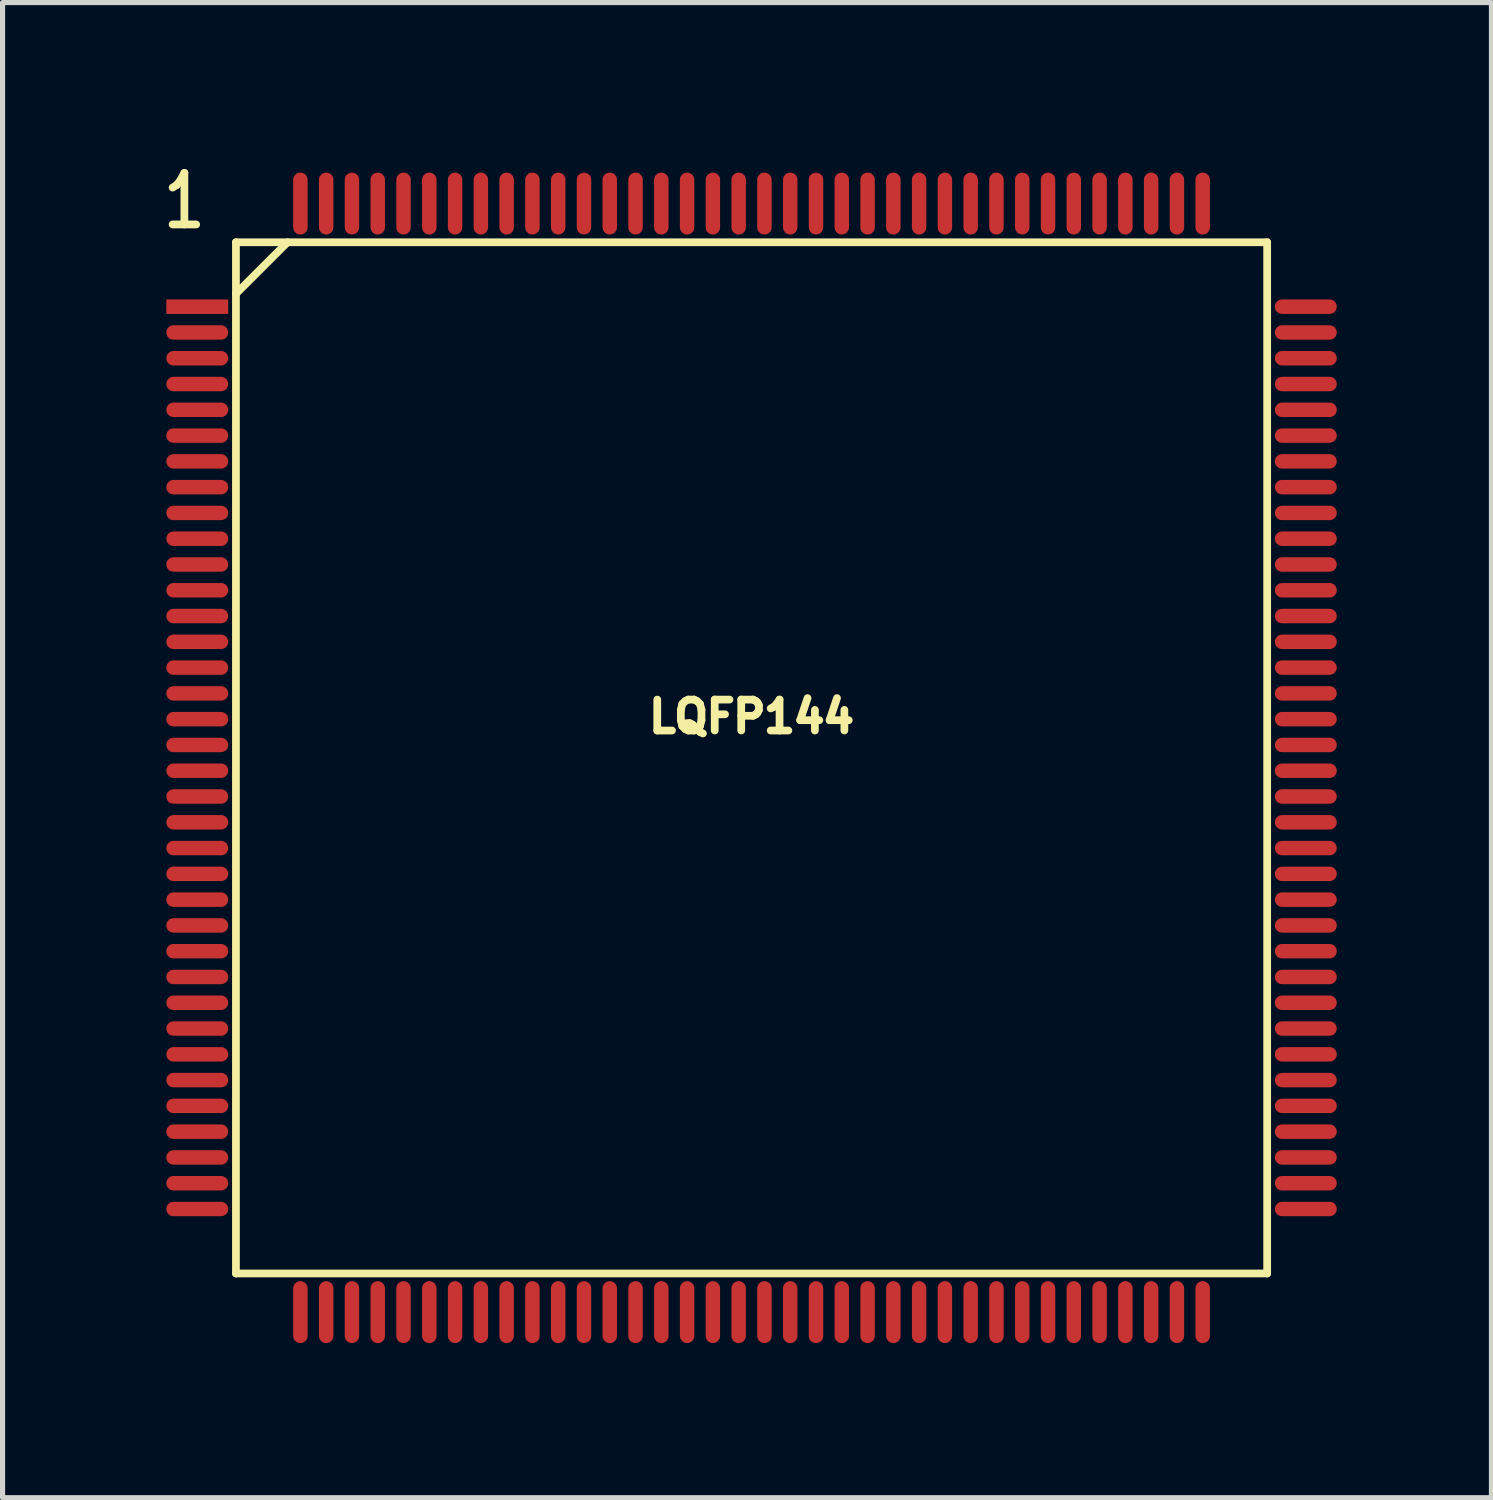
<source format=kicad_pcb>
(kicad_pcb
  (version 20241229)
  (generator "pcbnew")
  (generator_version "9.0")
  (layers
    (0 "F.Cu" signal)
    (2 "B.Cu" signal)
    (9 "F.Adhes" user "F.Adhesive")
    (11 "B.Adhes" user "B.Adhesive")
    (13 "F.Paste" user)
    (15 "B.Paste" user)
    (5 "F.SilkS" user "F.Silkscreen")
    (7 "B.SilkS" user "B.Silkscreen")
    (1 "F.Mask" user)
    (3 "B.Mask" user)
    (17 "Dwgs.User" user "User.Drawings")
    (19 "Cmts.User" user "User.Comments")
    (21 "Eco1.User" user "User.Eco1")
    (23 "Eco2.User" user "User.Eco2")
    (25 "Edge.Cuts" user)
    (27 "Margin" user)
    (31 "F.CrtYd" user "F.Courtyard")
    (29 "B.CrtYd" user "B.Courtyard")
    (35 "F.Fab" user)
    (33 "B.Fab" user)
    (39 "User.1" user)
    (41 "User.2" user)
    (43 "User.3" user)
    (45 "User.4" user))
  (footprint "LQFP144"
    (layer "F.Cu")
    (at 11.526 11.648)
    (property "Reference" "LQFP144" (at 0 -0.8 0) (layer "F.SilkS") (effects (font (size 0.6 0.6) (thickness 0.15))))
    (attr smd)
    (fp_line (start -10 -10) (end 10 -10) (stroke (width 0.15) (type solid)) (layer "F.SilkS"))
    (fp_line (start -10 10) (end -10 -10) (stroke (width 0.15) (type solid)) (layer "F.SilkS"))
    (fp_line (start -9 -10) (end -10 -9) (stroke (width 0.15) (type solid)) (layer "F.SilkS"))
    (fp_line (start 10 -10) (end 10 10) (stroke (width 0.15) (type solid)) (layer "F.SilkS"))
    (fp_line (start 10 10) (end -10 10) (stroke (width 0.15) (type solid)) (layer "F.SilkS"))
    (fp_text user "1" (at -11 -10.8 0) (layer "F.SilkS") (effects (font (size 1 0.8) (thickness 0.15))))
    (pad "1" smd rect (at -10.75 -8.75) (size 1.2 0.28) (layers "F.Cu" "F.Mask" "F.Paste"))
    (pad "2" smd oval (at -10.75 -8.25) (size 1.2 0.28) (layers "F.Cu" "F.Mask" "F.Paste"))
    (pad "3" smd oval (at -10.75 -7.75) (size 1.2 0.28) (layers "F.Cu" "F.Mask" "F.Paste"))
    (pad "4" smd oval (at -10.75 -7.25) (size 1.2 0.28) (layers "F.Cu" "F.Mask" "F.Paste"))
    (pad "5" smd oval (at -10.75 -6.75) (size 1.2 0.28) (layers "F.Cu" "F.Mask" "F.Paste"))
    (pad "6" smd oval (at -10.75 -6.25) (size 1.2 0.28) (layers "F.Cu" "F.Mask" "F.Paste"))
    (pad "7" smd oval (at -10.75 -5.75) (size 1.2 0.28) (layers "F.Cu" "F.Mask" "F.Paste"))
    (pad "8" smd oval (at -10.75 -5.25) (size 1.2 0.28) (layers "F.Cu" "F.Mask" "F.Paste"))
    (pad "9" smd oval (at -10.75 -4.75) (size 1.2 0.28) (layers "F.Cu" "F.Mask" "F.Paste"))
    (pad "10" smd oval (at -10.75 -4.25) (size 1.2 0.28) (layers "F.Cu" "F.Mask" "F.Paste"))
    (pad "11" smd oval (at -10.75 -3.75) (size 1.2 0.28) (layers "F.Cu" "F.Mask" "F.Paste"))
    (pad "12" smd oval (at -10.75 -3.25) (size 1.2 0.28) (layers "F.Cu" "F.Mask" "F.Paste"))
    (pad "13" smd oval (at -10.75 -2.75) (size 1.2 0.28) (layers "F.Cu" "F.Mask" "F.Paste"))
    (pad "14" smd oval (at -10.75 -2.25) (size 1.2 0.28) (layers "F.Cu" "F.Mask" "F.Paste"))
    (pad "15" smd oval (at -10.75 -1.75) (size 1.2 0.28) (layers "F.Cu" "F.Mask" "F.Paste"))
    (pad "16" smd oval (at -10.75 -1.25) (size 1.2 0.28) (layers "F.Cu" "F.Mask" "F.Paste"))
    (pad "17" smd oval (at -10.75 -0.75) (size 1.2 0.28) (layers "F.Cu" "F.Mask" "F.Paste"))
    (pad "18" smd oval (at -10.75 -0.25) (size 1.2 0.28) (layers "F.Cu" "F.Mask" "F.Paste"))
    (pad "19" smd oval (at -10.75 0.25) (size 1.2 0.28) (layers "F.Cu" "F.Mask" "F.Paste"))
    (pad "20" smd oval (at -10.75 0.75) (size 1.2 0.28) (layers "F.Cu" "F.Mask" "F.Paste"))
    (pad "21" smd oval (at -10.75 1.25) (size 1.2 0.28) (layers "F.Cu" "F.Mask" "F.Paste"))
    (pad "22" smd oval (at -10.75 1.75) (size 1.2 0.28) (layers "F.Cu" "F.Mask" "F.Paste"))
    (pad "23" smd oval (at -10.75 2.25) (size 1.2 0.28) (layers "F.Cu" "F.Mask" "F.Paste"))
    (pad "24" smd oval (at -10.75 2.75) (size 1.2 0.28) (layers "F.Cu" "F.Mask" "F.Paste"))
    (pad "25" smd oval (at -10.75 3.25) (size 1.2 0.28) (layers "F.Cu" "F.Mask" "F.Paste"))
    (pad "26" smd oval (at -10.75 3.75) (size 1.2 0.28) (layers "F.Cu" "F.Mask" "F.Paste"))
    (pad "27" smd oval (at -10.75 4.25) (size 1.2 0.28) (layers "F.Cu" "F.Mask" "F.Paste"))
    (pad "28" smd oval (at -10.75 4.75) (size 1.2 0.28) (layers "F.Cu" "F.Mask" "F.Paste"))
    (pad "29" smd oval (at -10.75 5.25) (size 1.2 0.28) (layers "F.Cu" "F.Mask" "F.Paste"))
    (pad "30" smd oval (at -10.75 5.75) (size 1.2 0.28) (layers "F.Cu" "F.Mask" "F.Paste"))
    (pad "31" smd oval (at -10.75 6.25) (size 1.2 0.28) (layers "F.Cu" "F.Mask" "F.Paste"))
    (pad "32" smd oval (at -10.75 6.75) (size 1.2 0.28) (layers "F.Cu" "F.Mask" "F.Paste"))
    (pad "33" smd oval (at -10.75 7.25) (size 1.2 0.28) (layers "F.Cu" "F.Mask" "F.Paste"))
    (pad "34" smd oval (at -10.75 7.75) (size 1.2 0.28) (layers "F.Cu" "F.Mask" "F.Paste"))
    (pad "35" smd oval (at -10.75 8.25) (size 1.2 0.28) (layers "F.Cu" "F.Mask" "F.Paste"))
    (pad "36" smd oval (at -10.75 8.75) (size 1.2 0.28) (layers "F.Cu" "F.Mask" "F.Paste"))
    (pad "37" smd oval (at -8.75 10.75 90) (size 1.2 0.28) (layers "F.Cu" "F.Mask" "F.Paste"))
    (pad "38" smd oval (at -8.25 10.75 90) (size 1.2 0.28) (layers "F.Cu" "F.Mask" "F.Paste"))
    (pad "39" smd oval (at -7.75 10.75 90) (size 1.2 0.28) (layers "F.Cu" "F.Mask" "F.Paste"))
    (pad "40" smd oval (at -7.25 10.75 90) (size 1.2 0.28) (layers "F.Cu" "F.Mask" "F.Paste"))
    (pad "41" smd oval (at -6.75 10.75 90) (size 1.2 0.28) (layers "F.Cu" "F.Mask" "F.Paste"))
    (pad "42" smd oval (at -6.25 10.75 90) (size 1.2 0.28) (layers "F.Cu" "F.Mask" "F.Paste"))
    (pad "43" smd oval (at -5.75 10.75 90) (size 1.2 0.28) (layers "F.Cu" "F.Mask" "F.Paste"))
    (pad "44" smd oval (at -5.25 10.75 90) (size 1.2 0.28) (layers "F.Cu" "F.Mask" "F.Paste"))
    (pad "45" smd oval (at -4.75 10.75 90) (size 1.2 0.28) (layers "F.Cu" "F.Mask" "F.Paste"))
    (pad "46" smd oval (at -4.25 10.75 90) (size 1.2 0.28) (layers "F.Cu" "F.Mask" "F.Paste"))
    (pad "47" smd oval (at -3.75 10.75 90) (size 1.2 0.28) (layers "F.Cu" "F.Mask" "F.Paste"))
    (pad "48" smd oval (at -3.25 10.75 90) (size 1.2 0.28) (layers "F.Cu" "F.Mask" "F.Paste"))
    (pad "49" smd oval (at -2.75 10.75 90) (size 1.2 0.28) (layers "F.Cu" "F.Mask" "F.Paste"))
    (pad "50" smd oval (at -2.25 10.75 90) (size 1.2 0.28) (layers "F.Cu" "F.Mask" "F.Paste"))
    (pad "51" smd oval (at -1.75 10.75 270) (size 1.2 0.28) (layers "F.Cu" "F.Mask" "F.Paste"))
    (pad "52" smd oval (at -1.25 10.75 270) (size 1.2 0.28) (layers "F.Cu" "F.Mask" "F.Paste"))
    (pad "53" smd oval (at -0.75 10.75 270) (size 1.2 0.28) (layers "F.Cu" "F.Mask" "F.Paste"))
    (pad "54" smd oval (at -0.25 10.75 270) (size 1.2 0.28) (layers "F.Cu" "F.Mask" "F.Paste"))
    (pad "55" smd oval (at 0.25 10.75 270) (size 1.2 0.28) (layers "F.Cu" "F.Mask" "F.Paste"))
    (pad "56" smd oval (at 0.75 10.75 270) (size 1.2 0.28) (layers "F.Cu" "F.Mask" "F.Paste"))
    (pad "57" smd oval (at 1.25 10.75 270) (size 1.2 0.28) (layers "F.Cu" "F.Mask" "F.Paste"))
    (pad "58" smd oval (at 1.75 10.75 270) (size 1.2 0.28) (layers "F.Cu" "F.Mask" "F.Paste"))
    (pad "59" smd oval (at 2.25 10.75 270) (size 1.2 0.28) (layers "F.Cu" "F.Mask" "F.Paste"))
    (pad "60" smd oval (at 2.75 10.75 270) (size 1.2 0.28) (layers "F.Cu" "F.Mask" "F.Paste"))
    (pad "61" smd oval (at 3.25 10.75 270) (size 1.2 0.28) (layers "F.Cu" "F.Mask" "F.Paste"))
    (pad "62" smd oval (at 3.75 10.75 270) (size 1.2 0.28) (layers "F.Cu" "F.Mask" "F.Paste"))
    (pad "63" smd oval (at 4.25 10.75 270) (size 1.2 0.28) (layers "F.Cu" "F.Mask" "F.Paste"))
    (pad "64" smd oval (at 4.75 10.75 270) (size 1.2 0.28) (layers "F.Cu" "F.Mask" "F.Paste"))
    (pad "65" smd oval (at 5.25 10.75 270) (size 1.2 0.28) (layers "F.Cu" "F.Mask" "F.Paste"))
    (pad "66" smd oval (at 5.75 10.75 270) (size 1.2 0.28) (layers "F.Cu" "F.Mask" "F.Paste"))
    (pad "67" smd oval (at 6.25 10.75 270) (size 1.2 0.28) (layers "F.Cu" "F.Mask" "F.Paste"))
    (pad "68" smd oval (at 6.75 10.75 270) (size 1.2 0.28) (layers "F.Cu" "F.Mask" "F.Paste"))
    (pad "69" smd oval (at 7.25 10.75 270) (size 1.2 0.28) (layers "F.Cu" "F.Mask" "F.Paste"))
    (pad "70" smd oval (at 7.75 10.75 270) (size 1.2 0.28) (layers "F.Cu" "F.Mask" "F.Paste"))
    (pad "71" smd oval (at 8.25 10.75 270) (size 1.2 0.28) (layers "F.Cu" "F.Mask" "F.Paste"))
    (pad "72" smd oval (at 8.75 10.75 270) (size 1.2 0.28) (layers "F.Cu" "F.Mask" "F.Paste"))
    (pad "73" smd oval (at 10.75 8.75) (size 1.2 0.28) (layers "F.Cu" "F.Mask" "F.Paste"))
    (pad "74" smd oval (at 10.75 8.25) (size 1.2 0.28) (layers "F.Cu" "F.Mask" "F.Paste"))
    (pad "75" smd oval (at 10.75 7.75) (size 1.2 0.28) (layers "F.Cu" "F.Mask" "F.Paste"))
    (pad "76" smd oval (at 10.75 7.25) (size 1.2 0.28) (layers "F.Cu" "F.Mask" "F.Paste"))
    (pad "77" smd oval (at 10.75 6.75) (size 1.2 0.28) (layers "F.Cu" "F.Mask" "F.Paste"))
    (pad "78" smd oval (at 10.75 6.25) (size 1.2 0.28) (layers "F.Cu" "F.Mask" "F.Paste"))
    (pad "79" smd oval (at 10.75 5.75) (size 1.2 0.28) (layers "F.Cu" "F.Mask" "F.Paste"))
    (pad "80" smd oval (at 10.75 5.25) (size 1.2 0.28) (layers "F.Cu" "F.Mask" "F.Paste"))
    (pad "81" smd oval (at 10.75 4.75) (size 1.2 0.28) (layers "F.Cu" "F.Mask" "F.Paste"))
    (pad "82" smd oval (at 10.75 4.25) (size 1.2 0.28) (layers "F.Cu" "F.Mask" "F.Paste"))
    (pad "83" smd oval (at 10.75 3.75) (size 1.2 0.28) (layers "F.Cu" "F.Mask" "F.Paste"))
    (pad "84" smd oval (at 10.75 3.25) (size 1.2 0.28) (layers "F.Cu" "F.Mask" "F.Paste"))
    (pad "85" smd oval (at 10.75 2.75) (size 1.2 0.28) (layers "F.Cu" "F.Mask" "F.Paste"))
    (pad "86" smd oval (at 10.75 2.25) (size 1.2 0.28) (layers "F.Cu" "F.Mask" "F.Paste"))
    (pad "87" smd oval (at 10.75 1.75) (size 1.2 0.28) (layers "F.Cu" "F.Mask" "F.Paste"))
    (pad "88" smd oval (at 10.75 1.25) (size 1.2 0.28) (layers "F.Cu" "F.Mask" "F.Paste"))
    (pad "89" smd oval (at 10.75 0.75) (size 1.2 0.28) (layers "F.Cu" "F.Mask" "F.Paste"))
    (pad "90" smd oval (at 10.75 0.25) (size 1.2 0.28) (layers "F.Cu" "F.Mask" "F.Paste"))
    (pad "91" smd oval (at 10.75 -0.25) (size 1.2 0.28) (layers "F.Cu" "F.Mask" "F.Paste"))
    (pad "92" smd oval (at 10.75 -0.75) (size 1.2 0.28) (layers "F.Cu" "F.Mask" "F.Paste"))
    (pad "93" smd oval (at 10.75 -1.25) (size 1.2 0.28) (layers "F.Cu" "F.Mask" "F.Paste"))
    (pad "94" smd oval (at 10.75 -1.75) (size 1.2 0.28) (layers "F.Cu" "F.Mask" "F.Paste"))
    (pad "95" smd oval (at 10.75 -2.25) (size 1.2 0.28) (layers "F.Cu" "F.Mask" "F.Paste"))
    (pad "96" smd oval (at 10.75 -2.75) (size 1.2 0.28) (layers "F.Cu" "F.Mask" "F.Paste"))
    (pad "97" smd oval (at 10.75 -3.25) (size 1.2 0.28) (layers "F.Cu" "F.Mask" "F.Paste"))
    (pad "98" smd oval (at 10.75 -3.75) (size 1.2 0.28) (layers "F.Cu" "F.Mask" "F.Paste"))
    (pad "99" smd oval (at 10.75 -4.25) (size 1.2 0.28) (layers "F.Cu" "F.Mask" "F.Paste"))
    (pad "100" smd oval (at 10.75 -4.75) (size 1.2 0.28) (layers "F.Cu" "F.Mask" "F.Paste"))
    (pad "101" smd oval (at 10.75 -5.25) (size 1.2 0.28) (layers "F.Cu" "F.Mask" "F.Paste"))
    (pad "102" smd oval (at 10.75 -5.75) (size 1.2 0.28) (layers "F.Cu" "F.Mask" "F.Paste"))
    (pad "103" smd oval (at 10.75 -6.25) (size 1.2 0.28) (layers "F.Cu" "F.Mask" "F.Paste"))
    (pad "104" smd oval (at 10.75 -6.75) (size 1.2 0.28) (layers "F.Cu" "F.Mask" "F.Paste"))
    (pad "105" smd oval (at 10.75 -7.25) (size 1.2 0.28) (layers "F.Cu" "F.Mask" "F.Paste"))
    (pad "106" smd oval (at 10.75 -7.75) (size 1.2 0.28) (layers "F.Cu" "F.Mask" "F.Paste"))
    (pad "107" smd oval (at 10.75 -8.25) (size 1.2 0.28) (layers "F.Cu" "F.Mask" "F.Paste"))
    (pad "108" smd oval (at 10.75 -8.75) (size 1.2 0.28) (layers "F.Cu" "F.Mask" "F.Paste"))
    (pad "109" smd oval (at 8.75 -10.75 270) (size 1.2 0.28) (layers "F.Cu" "F.Mask" "F.Paste"))
    (pad "110" smd oval (at 8.25 -10.75 270) (size 1.2 0.28) (layers "F.Cu" "F.Mask" "F.Paste"))
    (pad "111" smd oval (at 7.75 -10.75 270) (size 1.2 0.28) (layers "F.Cu" "F.Mask" "F.Paste"))
    (pad "112" smd oval (at 7.25 -10.75 270) (size 1.2 0.28) (layers "F.Cu" "F.Mask" "F.Paste"))
    (pad "113" smd oval (at 6.75 -10.75 270) (size 1.2 0.28) (layers "F.Cu" "F.Mask" "F.Paste"))
    (pad "114" smd oval (at 6.25 -10.75 270) (size 1.2 0.28) (layers "F.Cu" "F.Mask" "F.Paste"))
    (pad "115" smd oval (at 5.75 -10.75 270) (size 1.2 0.28) (layers "F.Cu" "F.Mask" "F.Paste"))
    (pad "116" smd oval (at 5.25 -10.75 270) (size 1.2 0.28) (layers "F.Cu" "F.Mask" "F.Paste"))
    (pad "117" smd oval (at 4.75 -10.75 270) (size 1.2 0.28) (layers "F.Cu" "F.Mask" "F.Paste"))
    (pad "118" smd oval (at 4.25 -10.75 270) (size 1.2 0.28) (layers "F.Cu" "F.Mask" "F.Paste"))
    (pad "119" smd oval (at 3.75 -10.75 270) (size 1.2 0.28) (layers "F.Cu" "F.Mask" "F.Paste"))
    (pad "120" smd oval (at 3.25 -10.75 270) (size 1.2 0.28) (layers "F.Cu" "F.Mask" "F.Paste"))
    (pad "121" smd oval (at 2.75 -10.75 270) (size 1.2 0.28) (layers "F.Cu" "F.Mask" "F.Paste"))
    (pad "122" smd oval (at 2.25 -10.75 90) (size 1.2 0.28) (layers "F.Cu" "F.Mask" "F.Paste"))
    (pad "123" smd oval (at 1.75 -10.75 270) (size 1.2 0.28) (layers "F.Cu" "F.Mask" "F.Paste"))
    (pad "124" smd oval (at 1.25 -10.75 270) (size 1.2 0.28) (layers "F.Cu" "F.Mask" "F.Paste"))
    (pad "125" smd oval (at 0.75 -10.75 270) (size 1.2 0.28) (layers "F.Cu" "F.Mask" "F.Paste"))
    (pad "126" smd oval (at 0.25 -10.75 270) (size 1.2 0.28) (layers "F.Cu" "F.Mask" "F.Paste"))
    (pad "127" smd oval (at -0.25 -10.75 270) (size 1.2 0.28) (layers "F.Cu" "F.Mask" "F.Paste"))
    (pad "128" smd oval (at -0.75 -10.75 270) (size 1.2 0.28) (layers "F.Cu" "F.Mask" "F.Paste"))
    (pad "129" smd oval (at -1.25 -10.75 270) (size 1.2 0.28) (layers "F.Cu" "F.Mask" "F.Paste"))
    (pad "130" smd oval (at -1.75 -10.75 270) (size 1.2 0.28) (layers "F.Cu" "F.Mask" "F.Paste"))
    (pad "131" smd oval (at -2.25 -10.75 270) (size 1.2 0.28) (layers "F.Cu" "F.Mask" "F.Paste"))
    (pad "132" smd oval (at -2.75 -10.75 90) (size 1.2 0.28) (layers "F.Cu" "F.Mask" "F.Paste"))
    (pad "133" smd oval (at -3.25 -10.75 90) (size 1.2 0.28) (layers "F.Cu" "F.Mask" "F.Paste"))
    (pad "134" smd oval (at -3.75 -10.75 90) (size 1.2 0.28) (layers "F.Cu" "F.Mask" "F.Paste"))
    (pad "135" smd oval (at -4.25 -10.75 90) (size 1.2 0.28) (layers "F.Cu" "F.Mask" "F.Paste"))
    (pad "136" smd oval (at -4.75 -10.75 90) (size 1.2 0.28) (layers "F.Cu" "F.Mask" "F.Paste"))
    (pad "137" smd oval (at -5.25 -10.75 90) (size 1.2 0.28) (layers "F.Cu" "F.Mask" "F.Paste"))
    (pad "138" smd oval (at -5.75 -10.75 90) (size 1.2 0.28) (layers "F.Cu" "F.Mask" "F.Paste"))
    (pad "139" smd oval (at -6.25 -10.75 90) (size 1.2 0.28) (layers "F.Cu" "F.Mask" "F.Paste"))
    (pad "140" smd oval (at -6.75 -10.75 90) (size 1.2 0.28) (layers "F.Cu" "F.Mask" "F.Paste"))
    (pad "141" smd oval (at -7.25 -10.75 90) (size 1.2 0.28) (layers "F.Cu" "F.Mask" "F.Paste"))
    (pad "142" smd oval (at -7.75 -10.75 90) (size 1.2 0.28) (layers "F.Cu" "F.Mask" "F.Paste"))
    (pad "143" smd oval (at -8.25 -10.75 90) (size 1.2 0.28) (layers "F.Cu" "F.Mask" "F.Paste"))
    (pad "144" smd oval (at -8.75 -10.75 90) (size 1.2 0.28) (layers "F.Cu" "F.Mask" "F.Paste")))
  (gr_rect
    (start -3 -3)
    (end 25.876 25.998)
    (stroke (width 0.1) (type default))
    (fill no)
    (layer "Edge.Cuts")))
</source>
